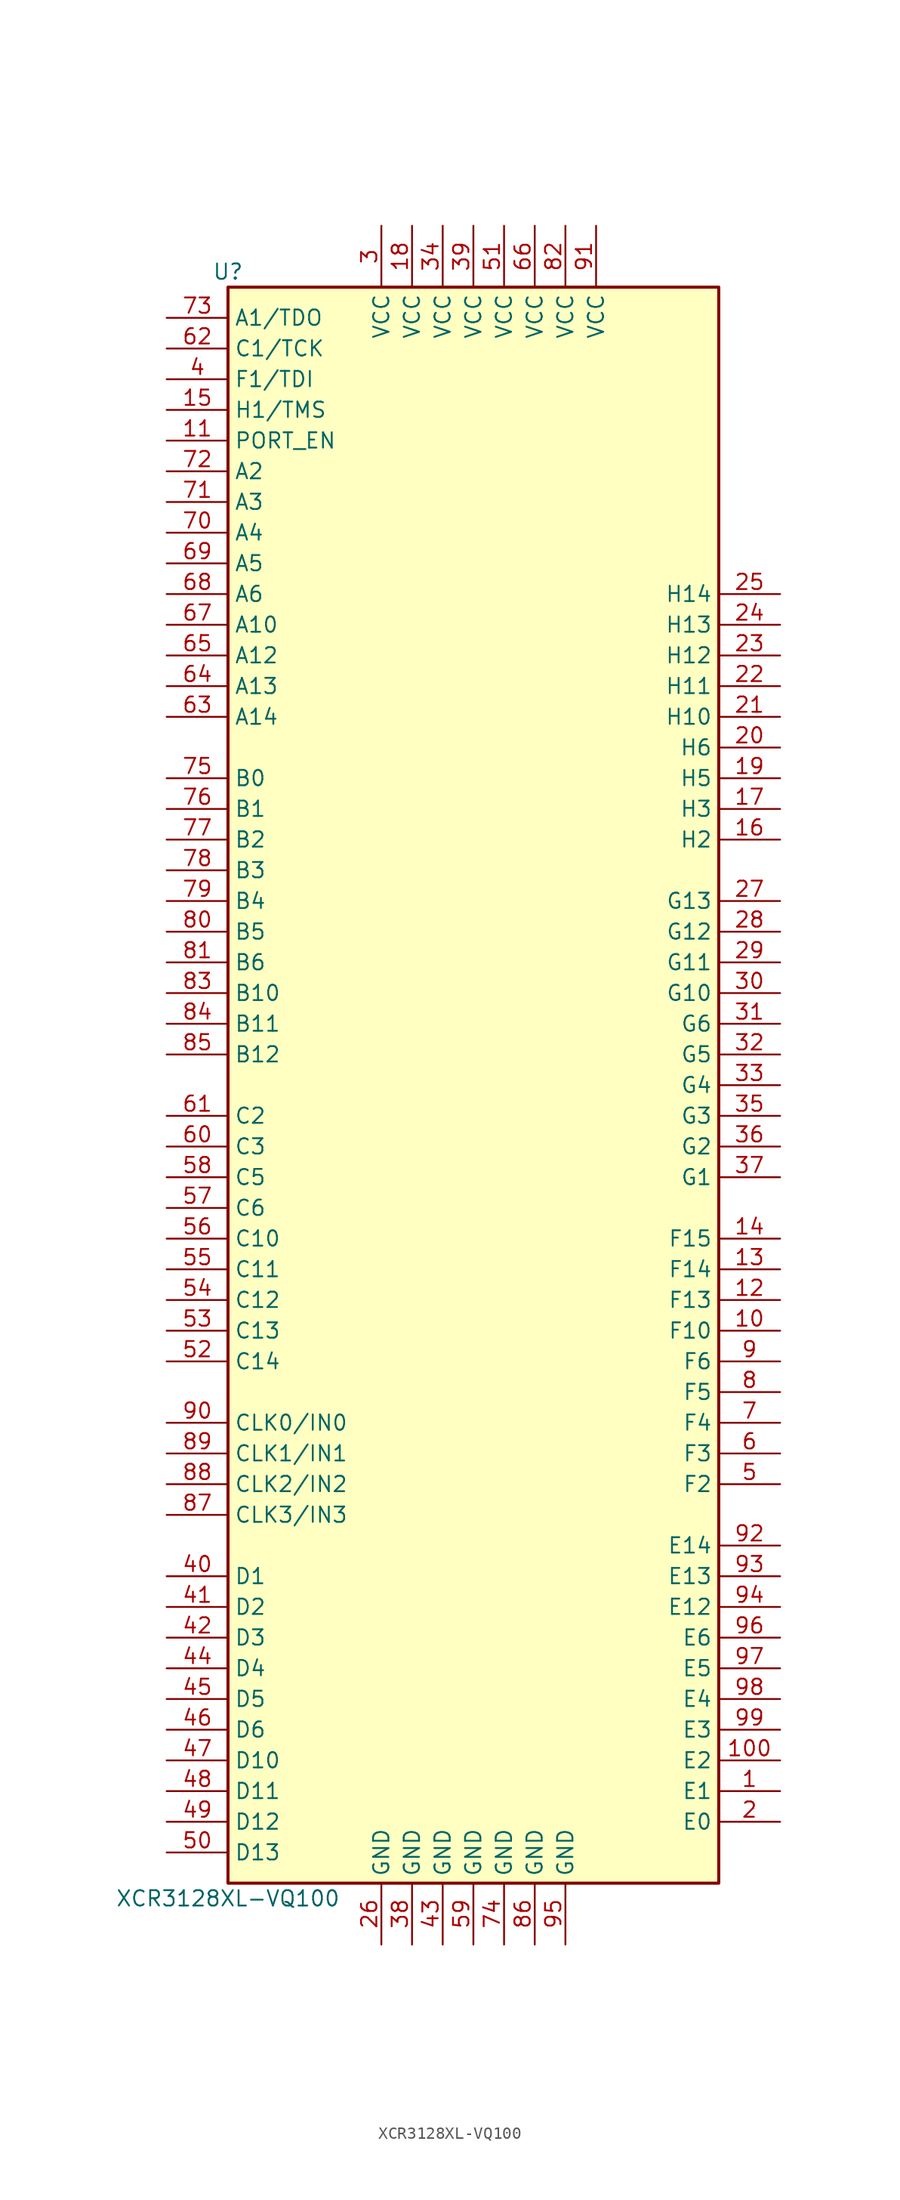
<source format=kicad_sym>
(kicad_symbol_lib
  (version 20201005)
  (generator kicad_symbol_editor)
  (symbol "XCR3128XL-VQ100"
    (property "Reference" "U"
      (at -20.32 67.31 0)
      (effects (font (size 1.27 1.27))))
    (property "Value" "XCR3128XL-VQ100"
      (at -20.32 -67.31 0)
      (effects (font (size 1.27 1.27))))
    (symbol "XCR3128XL-VQ100_1_1"
      (rectangle (start -20.32 66.04) (end 20.32 -66.04) (stroke (width 0.254)) (fill (type background)))
      (pin passive line (at 25.4 -58.42 180) (length 5.08) (name "E1" (effects (font (size 1.27 1.27)))) (number "1" (effects (font (size 1.27 1.27)))))
      (pin passive line (at 25.4 -60.96 180) (length 5.08) (name "E0" (effects (font (size 1.27 1.27)))) (number "2" (effects (font (size 1.27 1.27)))))
      (pin power_in line (at -7.62 71.12 270) (length 5.08) (name "VCC" (effects (font (size 1.27 1.27)))) (number "3" (effects (font (size 1.27 1.27)))))
      (pin passive line (at -25.4 58.42 0) (length 5.08) (name "F1/TDI" (effects (font (size 1.27 1.27)))) (number "4" (effects (font (size 1.27 1.27)))))
      (pin passive line (at 25.4 -33.02 180) (length 5.08) (name "F2" (effects (font (size 1.27 1.27)))) (number "5" (effects (font (size 1.27 1.27)))))
      (pin passive line (at 25.4 -30.48 180) (length 5.08) (name "F3" (effects (font (size 1.27 1.27)))) (number "6" (effects (font (size 1.27 1.27)))))
      (pin passive line (at 25.4 -27.94 180) (length 5.08) (name "F4" (effects (font (size 1.27 1.27)))) (number "7" (effects (font (size 1.27 1.27)))))
      (pin passive line (at 25.4 -25.4 180) (length 5.08) (name "F5" (effects (font (size 1.27 1.27)))) (number "8" (effects (font (size 1.27 1.27)))))
      (pin passive line (at 25.4 -22.86 180) (length 5.08) (name "F6" (effects (font (size 1.27 1.27)))) (number "9" (effects (font (size 1.27 1.27)))))
      (pin passive line (at 25.4 -20.32 180) (length 5.08) (name "F10" (effects (font (size 1.27 1.27)))) (number "10" (effects (font (size 1.27 1.27)))))
      (pin passive line (at 25.4 27.94 180) (length 5.08) (name "H6" (effects (font (size 1.27 1.27)))) (number "20" (effects (font (size 1.27 1.27)))))
      (pin passive line (at 25.4 7.62 180) (length 5.08) (name "G10" (effects (font (size 1.27 1.27)))) (number "30" (effects (font (size 1.27 1.27)))))
      (pin passive line (at -25.4 -40.64 0) (length 5.08) (name "D1" (effects (font (size 1.27 1.27)))) (number "40" (effects (font (size 1.27 1.27)))))
      (pin passive line (at -25.4 -63.5 0) (length 5.08) (name "D13" (effects (font (size 1.27 1.27)))) (number "50" (effects (font (size 1.27 1.27)))))
      (pin passive line (at -25.4 -5.08 0) (length 5.08) (name "C3" (effects (font (size 1.27 1.27)))) (number "60" (effects (font (size 1.27 1.27)))))
      (pin passive line (at -25.4 45.72 0) (length 5.08) (name "A4" (effects (font (size 1.27 1.27)))) (number "70" (effects (font (size 1.27 1.27)))))
      (pin passive line (at -25.4 12.7 0) (length 5.08) (name "B5" (effects (font (size 1.27 1.27)))) (number "80" (effects (font (size 1.27 1.27)))))
      (pin input line (at -25.4 -27.94 0) (length 5.08) (name "CLK0/IN0" (effects (font (size 1.27 1.27)))) (number "90" (effects (font (size 1.27 1.27)))))
      (pin passive line (at -25.4 53.34 0) (length 5.08) (name "PORT_EN" (effects (font (size 1.27 1.27)))) (number "11" (effects (font (size 1.27 1.27)))))
      (pin passive line (at 25.4 30.48 180) (length 5.08) (name "H10" (effects (font (size 1.27 1.27)))) (number "21" (effects (font (size 1.27 1.27)))))
      (pin passive line (at 25.4 5.08 180) (length 5.08) (name "G6" (effects (font (size 1.27 1.27)))) (number "31" (effects (font (size 1.27 1.27)))))
      (pin passive line (at -25.4 -43.18 0) (length 5.08) (name "D2" (effects (font (size 1.27 1.27)))) (number "41" (effects (font (size 1.27 1.27)))))
      (pin power_in line (at 2.54 71.12 270) (length 5.08) (name "VCC" (effects (font (size 1.27 1.27)))) (number "51" (effects (font (size 1.27 1.27)))))
      (pin passive line (at -25.4 -2.54 0) (length 5.08) (name "C2" (effects (font (size 1.27 1.27)))) (number "61" (effects (font (size 1.27 1.27)))))
      (pin passive line (at -25.4 48.26 0) (length 5.08) (name "A3" (effects (font (size 1.27 1.27)))) (number "71" (effects (font (size 1.27 1.27)))))
      (pin passive line (at -25.4 10.16 0) (length 5.08) (name "B6" (effects (font (size 1.27 1.27)))) (number "81" (effects (font (size 1.27 1.27)))))
      (pin power_in line (at 10.16 71.12 270) (length 5.08) (name "VCC" (effects (font (size 1.27 1.27)))) (number "91" (effects (font (size 1.27 1.27)))))
      (pin passive line (at 25.4 -17.78 180) (length 5.08) (name "F13" (effects (font (size 1.27 1.27)))) (number "12" (effects (font (size 1.27 1.27)))))
      (pin passive line (at 25.4 33.02 180) (length 5.08) (name "H11" (effects (font (size 1.27 1.27)))) (number "22" (effects (font (size 1.27 1.27)))))
      (pin passive line (at 25.4 2.54 180) (length 5.08) (name "G5" (effects (font (size 1.27 1.27)))) (number "32" (effects (font (size 1.27 1.27)))))
      (pin passive line (at -25.4 -45.72 0) (length 5.08) (name "D3" (effects (font (size 1.27 1.27)))) (number "42" (effects (font (size 1.27 1.27)))))
      (pin passive line (at -25.4 -22.86 0) (length 5.08) (name "C14" (effects (font (size 1.27 1.27)))) (number "52" (effects (font (size 1.27 1.27)))))
      (pin passive line (at -25.4 60.96 0) (length 5.08) (name "C1/TCK" (effects (font (size 1.27 1.27)))) (number "62" (effects (font (size 1.27 1.27)))))
      (pin passive line (at -25.4 50.8 0) (length 5.08) (name "A2" (effects (font (size 1.27 1.27)))) (number "72" (effects (font (size 1.27 1.27)))))
      (pin power_in line (at 7.62 71.12 270) (length 5.08) (name "VCC" (effects (font (size 1.27 1.27)))) (number "82" (effects (font (size 1.27 1.27)))))
      (pin passive line (at 25.4 -38.1 180) (length 5.08) (name "E14" (effects (font (size 1.27 1.27)))) (number "92" (effects (font (size 1.27 1.27)))))
      (pin passive line (at 25.4 -15.24 180) (length 5.08) (name "F14" (effects (font (size 1.27 1.27)))) (number "13" (effects (font (size 1.27 1.27)))))
      (pin passive line (at 25.4 35.56 180) (length 5.08) (name "H12" (effects (font (size 1.27 1.27)))) (number "23" (effects (font (size 1.27 1.27)))))
      (pin passive line (at 25.4 0 180) (length 5.08) (name "G4" (effects (font (size 1.27 1.27)))) (number "33" (effects (font (size 1.27 1.27)))))
      (pin power_in line (at -2.54 -71.12 90) (length 5.08) (name "GND" (effects (font (size 1.27 1.27)))) (number "43" (effects (font (size 1.27 1.27)))))
      (pin passive line (at -25.4 -20.32 0) (length 5.08) (name "C13" (effects (font (size 1.27 1.27)))) (number "53" (effects (font (size 1.27 1.27)))))
      (pin passive line (at -25.4 30.48 0) (length 5.08) (name "A14" (effects (font (size 1.27 1.27)))) (number "63" (effects (font (size 1.27 1.27)))))
      (pin passive line (at -25.4 63.5 0) (length 5.08) (name "A1/TDO" (effects (font (size 1.27 1.27)))) (number "73" (effects (font (size 1.27 1.27)))))
      (pin passive line (at -25.4 7.62 0) (length 5.08) (name "B10" (effects (font (size 1.27 1.27)))) (number "83" (effects (font (size 1.27 1.27)))))
      (pin passive line (at 25.4 -40.64 180) (length 5.08) (name "E13" (effects (font (size 1.27 1.27)))) (number "93" (effects (font (size 1.27 1.27)))))
      (pin passive line (at 25.4 -12.7 180) (length 5.08) (name "F15" (effects (font (size 1.27 1.27)))) (number "14" (effects (font (size 1.27 1.27)))))
      (pin passive line (at 25.4 38.1 180) (length 5.08) (name "H13" (effects (font (size 1.27 1.27)))) (number "24" (effects (font (size 1.27 1.27)))))
      (pin power_in line (at -2.54 71.12 270) (length 5.08) (name "VCC" (effects (font (size 1.27 1.27)))) (number "34" (effects (font (size 1.27 1.27)))))
      (pin passive line (at -25.4 -48.26 0) (length 5.08) (name "D4" (effects (font (size 1.27 1.27)))) (number "44" (effects (font (size 1.27 1.27)))))
      (pin passive line (at -25.4 -17.78 0) (length 5.08) (name "C12" (effects (font (size 1.27 1.27)))) (number "54" (effects (font (size 1.27 1.27)))))
      (pin passive line (at -25.4 33.02 0) (length 5.08) (name "A13" (effects (font (size 1.27 1.27)))) (number "64" (effects (font (size 1.27 1.27)))))
      (pin power_in line (at 2.54 -71.12 90) (length 5.08) (name "GND" (effects (font (size 1.27 1.27)))) (number "74" (effects (font (size 1.27 1.27)))))
      (pin passive line (at -25.4 5.08 0) (length 5.08) (name "B11" (effects (font (size 1.27 1.27)))) (number "84" (effects (font (size 1.27 1.27)))))
      (pin passive line (at 25.4 -43.18 180) (length 5.08) (name "E12" (effects (font (size 1.27 1.27)))) (number "94" (effects (font (size 1.27 1.27)))))
      (pin passive line (at -25.4 55.88 0) (length 5.08) (name "H1/TMS" (effects (font (size 1.27 1.27)))) (number "15" (effects (font (size 1.27 1.27)))))
      (pin passive line (at 25.4 40.64 180) (length 5.08) (name "H14" (effects (font (size 1.27 1.27)))) (number "25" (effects (font (size 1.27 1.27)))))
      (pin passive line (at 25.4 -2.54 180) (length 5.08) (name "G3" (effects (font (size 1.27 1.27)))) (number "35" (effects (font (size 1.27 1.27)))))
      (pin passive line (at -25.4 -50.8 0) (length 5.08) (name "D5" (effects (font (size 1.27 1.27)))) (number "45" (effects (font (size 1.27 1.27)))))
      (pin passive line (at -25.4 -15.24 0) (length 5.08) (name "C11" (effects (font (size 1.27 1.27)))) (number "55" (effects (font (size 1.27 1.27)))))
      (pin passive line (at -25.4 35.56 0) (length 5.08) (name "A12" (effects (font (size 1.27 1.27)))) (number "65" (effects (font (size 1.27 1.27)))))
      (pin passive line (at -25.4 25.4 0) (length 5.08) (name "B0" (effects (font (size 1.27 1.27)))) (number "75" (effects (font (size 1.27 1.27)))))
      (pin passive line (at -25.4 2.54 0) (length 5.08) (name "B12" (effects (font (size 1.27 1.27)))) (number "85" (effects (font (size 1.27 1.27)))))
      (pin power_in line (at 7.62 -71.12 90) (length 5.08) (name "GND" (effects (font (size 1.27 1.27)))) (number "95" (effects (font (size 1.27 1.27)))))
      (pin passive line (at 25.4 20.32 180) (length 5.08) (name "H2" (effects (font (size 1.27 1.27)))) (number "16" (effects (font (size 1.27 1.27)))))
      (pin power_in line (at -7.62 -71.12 90) (length 5.08) (name "GND" (effects (font (size 1.27 1.27)))) (number "26" (effects (font (size 1.27 1.27)))))
      (pin passive line (at 25.4 -5.08 180) (length 5.08) (name "G2" (effects (font (size 1.27 1.27)))) (number "36" (effects (font (size 1.27 1.27)))))
      (pin passive line (at -25.4 -53.34 0) (length 5.08) (name "D6" (effects (font (size 1.27 1.27)))) (number "46" (effects (font (size 1.27 1.27)))))
      (pin passive line (at -25.4 -12.7 0) (length 5.08) (name "C10" (effects (font (size 1.27 1.27)))) (number "56" (effects (font (size 1.27 1.27)))))
      (pin power_in line (at 5.08 71.12 270) (length 5.08) (name "VCC" (effects (font (size 1.27 1.27)))) (number "66" (effects (font (size 1.27 1.27)))))
      (pin passive line (at -25.4 22.86 0) (length 5.08) (name "B1" (effects (font (size 1.27 1.27)))) (number "76" (effects (font (size 1.27 1.27)))))
      (pin power_in line (at 5.08 -71.12 90) (length 5.08) (name "GND" (effects (font (size 1.27 1.27)))) (number "86" (effects (font (size 1.27 1.27)))))
      (pin passive line (at 25.4 -45.72 180) (length 5.08) (name "E6" (effects (font (size 1.27 1.27)))) (number "96" (effects (font (size 1.27 1.27)))))
      (pin passive line (at 25.4 22.86 180) (length 5.08) (name "H3" (effects (font (size 1.27 1.27)))) (number "17" (effects (font (size 1.27 1.27)))))
      (pin passive line (at 25.4 15.24 180) (length 5.08) (name "G13" (effects (font (size 1.27 1.27)))) (number "27" (effects (font (size 1.27 1.27)))))
      (pin passive line (at 25.4 -7.62 180) (length 5.08) (name "G1" (effects (font (size 1.27 1.27)))) (number "37" (effects (font (size 1.27 1.27)))))
      (pin passive line (at -25.4 -55.88 0) (length 5.08) (name "D10" (effects (font (size 1.27 1.27)))) (number "47" (effects (font (size 1.27 1.27)))))
      (pin passive line (at -25.4 -10.16 0) (length 5.08) (name "C6" (effects (font (size 1.27 1.27)))) (number "57" (effects (font (size 1.27 1.27)))))
      (pin passive line (at -25.4 38.1 0) (length 5.08) (name "A10" (effects (font (size 1.27 1.27)))) (number "67" (effects (font (size 1.27 1.27)))))
      (pin passive line (at -25.4 20.32 0) (length 5.08) (name "B2" (effects (font (size 1.27 1.27)))) (number "77" (effects (font (size 1.27 1.27)))))
      (pin input line (at -25.4 -35.56 0) (length 5.08) (name "CLK3/IN3" (effects (font (size 1.27 1.27)))) (number "87" (effects (font (size 1.27 1.27)))))
      (pin passive line (at 25.4 -48.26 180) (length 5.08) (name "E5" (effects (font (size 1.27 1.27)))) (number "97" (effects (font (size 1.27 1.27)))))
      (pin power_in line (at -5.08 71.12 270) (length 5.08) (name "VCC" (effects (font (size 1.27 1.27)))) (number "18" (effects (font (size 1.27 1.27)))))
      (pin passive line (at 25.4 12.7 180) (length 5.08) (name "G12" (effects (font (size 1.27 1.27)))) (number "28" (effects (font (size 1.27 1.27)))))
      (pin power_in line (at -5.08 -71.12 90) (length 5.08) (name "GND" (effects (font (size 1.27 1.27)))) (number "38" (effects (font (size 1.27 1.27)))))
      (pin passive line (at -25.4 -58.42 0) (length 5.08) (name "D11" (effects (font (size 1.27 1.27)))) (number "48" (effects (font (size 1.27 1.27)))))
      (pin passive line (at -25.4 -7.62 0) (length 5.08) (name "C5" (effects (font (size 1.27 1.27)))) (number "58" (effects (font (size 1.27 1.27)))))
      (pin passive line (at -25.4 40.64 0) (length 5.08) (name "A6" (effects (font (size 1.27 1.27)))) (number "68" (effects (font (size 1.27 1.27)))))
      (pin passive line (at -25.4 17.78 0) (length 5.08) (name "B3" (effects (font (size 1.27 1.27)))) (number "78" (effects (font (size 1.27 1.27)))))
      (pin input line (at -25.4 -33.02 0) (length 5.08) (name "CLK2/IN2" (effects (font (size 1.27 1.27)))) (number "88" (effects (font (size 1.27 1.27)))))
      (pin passive line (at 25.4 -50.8 180) (length 5.08) (name "E4" (effects (font (size 1.27 1.27)))) (number "98" (effects (font (size 1.27 1.27)))))
      (pin passive line (at 25.4 25.4 180) (length 5.08) (name "H5" (effects (font (size 1.27 1.27)))) (number "19" (effects (font (size 1.27 1.27)))))
      (pin passive line (at 25.4 10.16 180) (length 5.08) (name "G11" (effects (font (size 1.27 1.27)))) (number "29" (effects (font (size 1.27 1.27)))))
      (pin power_in line (at 0 71.12 270) (length 5.08) (name "VCC" (effects (font (size 1.27 1.27)))) (number "39" (effects (font (size 1.27 1.27)))))
      (pin passive line (at -25.4 -60.96 0) (length 5.08) (name "D12" (effects (font (size 1.27 1.27)))) (number "49" (effects (font (size 1.27 1.27)))))
      (pin power_in line (at 0 -71.12 90) (length 5.08) (name "GND" (effects (font (size 1.27 1.27)))) (number "59" (effects (font (size 1.27 1.27)))))
      (pin passive line (at -25.4 43.18 0) (length 5.08) (name "A5" (effects (font (size 1.27 1.27)))) (number "69" (effects (font (size 1.27 1.27)))))
      (pin passive line (at -25.4 15.24 0) (length 5.08) (name "B4" (effects (font (size 1.27 1.27)))) (number "79" (effects (font (size 1.27 1.27)))))
      (pin input line (at -25.4 -30.48 0) (length 5.08) (name "CLK1/IN1" (effects (font (size 1.27 1.27)))) (number "89" (effects (font (size 1.27 1.27)))))
      (pin passive line (at 25.4 -53.34 180) (length 5.08) (name "E3" (effects (font (size 1.27 1.27)))) (number "99" (effects (font (size 1.27 1.27)))))
      (pin passive line (at 25.4 -55.88 180) (length 5.08) (name "E2" (effects (font (size 1.27 1.27)))) (number "100" (effects (font (size 1.27 1.27))))))))
</source>
